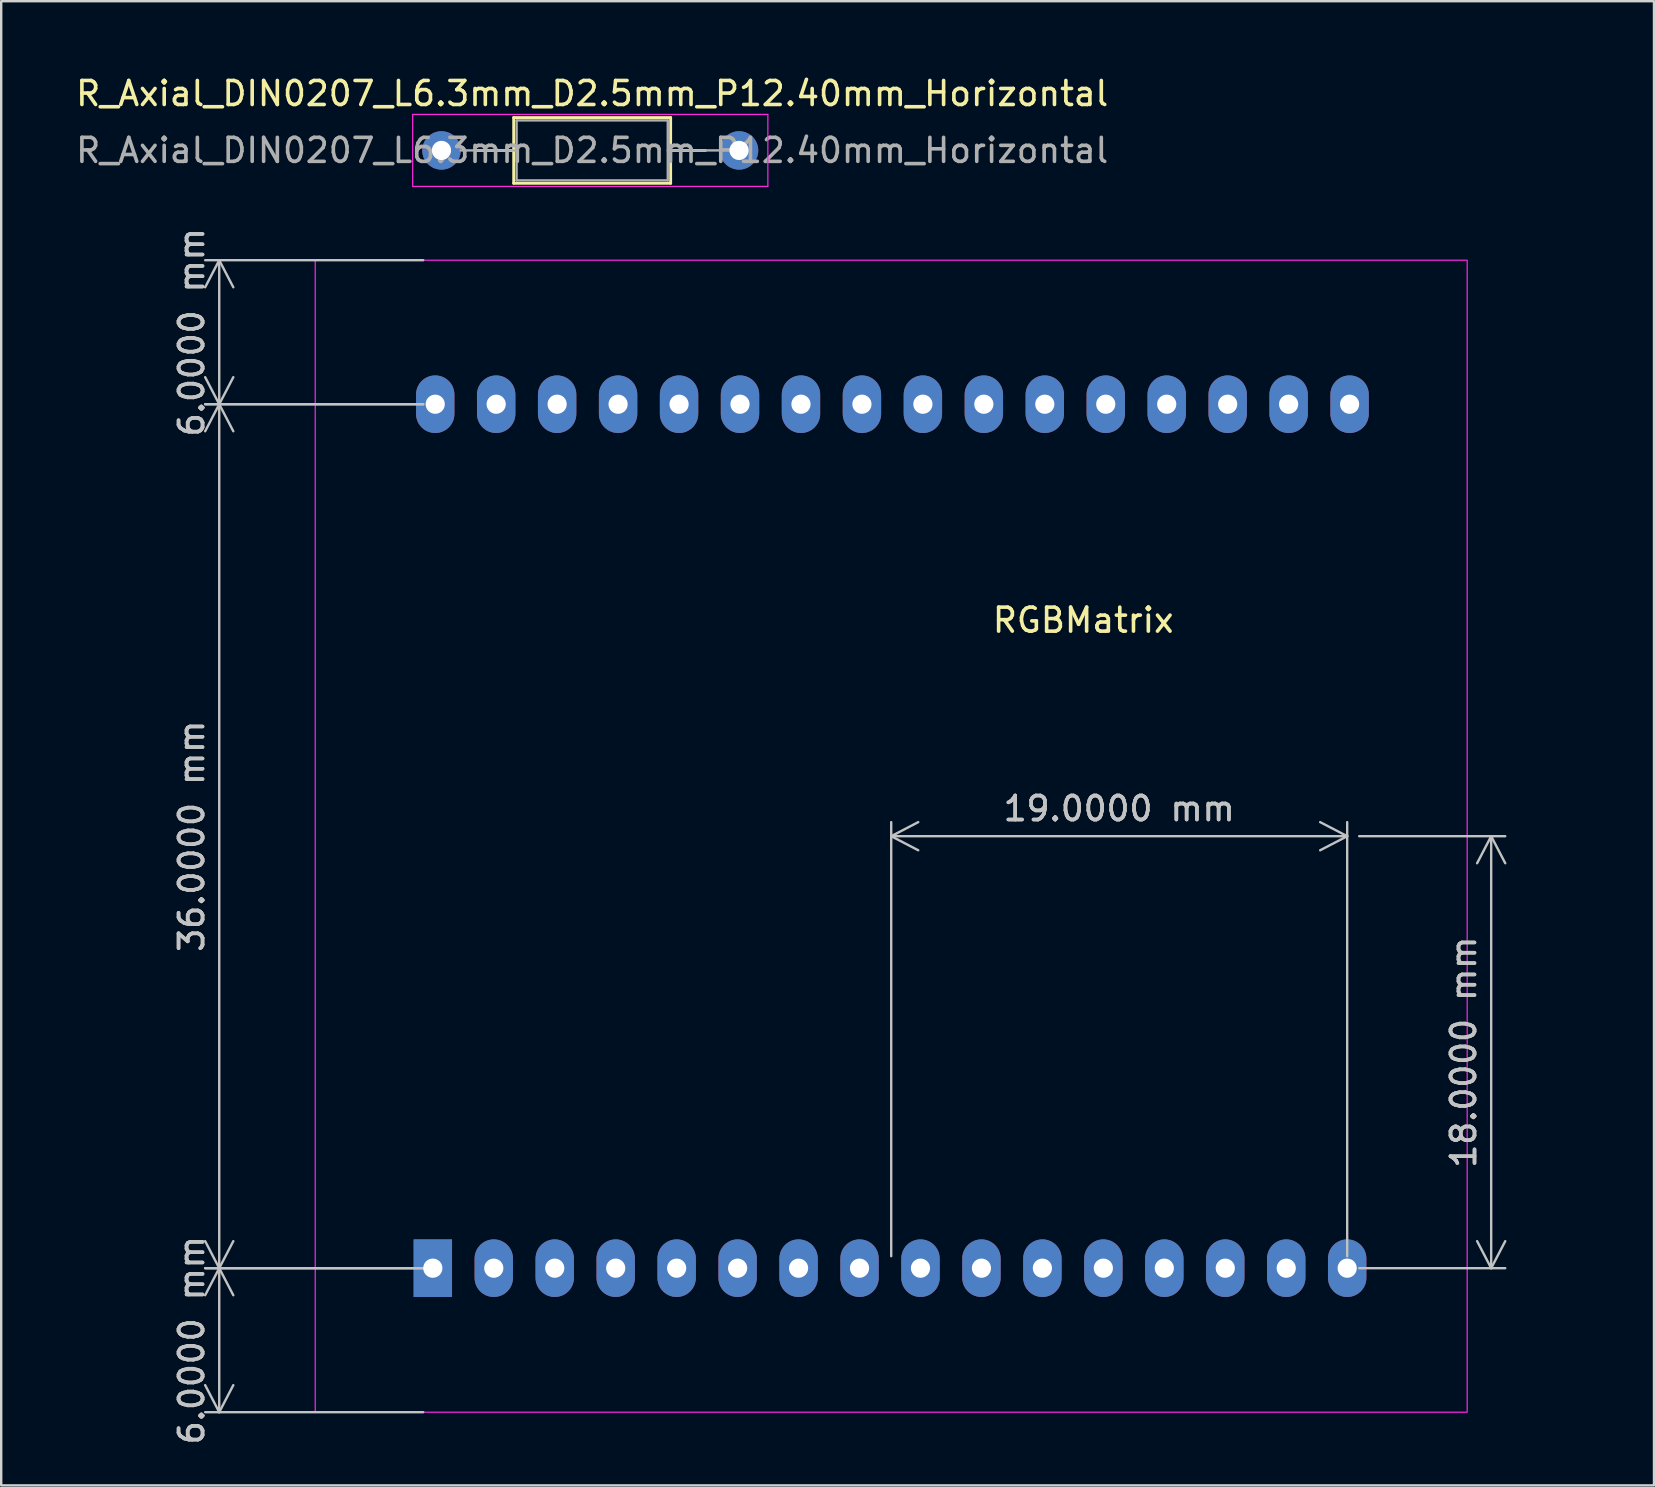
<source format=kicad_pcb>
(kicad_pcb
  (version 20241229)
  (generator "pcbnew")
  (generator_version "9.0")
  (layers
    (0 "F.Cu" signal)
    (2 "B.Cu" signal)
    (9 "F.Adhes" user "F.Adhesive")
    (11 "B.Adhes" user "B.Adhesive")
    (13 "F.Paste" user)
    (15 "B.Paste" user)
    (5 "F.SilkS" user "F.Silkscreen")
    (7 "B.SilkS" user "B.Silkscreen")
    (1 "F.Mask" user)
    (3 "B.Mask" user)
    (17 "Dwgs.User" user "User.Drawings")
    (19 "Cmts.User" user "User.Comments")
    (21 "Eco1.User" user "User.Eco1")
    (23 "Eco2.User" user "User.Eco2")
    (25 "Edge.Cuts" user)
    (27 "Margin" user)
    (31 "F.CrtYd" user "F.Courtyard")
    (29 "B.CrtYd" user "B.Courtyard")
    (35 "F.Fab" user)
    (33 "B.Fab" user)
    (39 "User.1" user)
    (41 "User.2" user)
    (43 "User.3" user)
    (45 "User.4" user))
  (footprint "R_Axial_DIN0207_L6.3mm_D2.5mm_P12.40mm_Horizontal"
    (layer "F.Cu")
    (at 16.545 3.218)
    (property "Reference" "R_Axial_DIN0207_L6.3mm_D2.5mm_P12.40mm_Horizontal" (at 5.08 -2.37 0) (layer "F.SilkS") (effects (font (size 1 1) (thickness 0.15))))
    (attr through_hole)
    (fp_line (start 0.2 0) (end 1.81 0) (stroke (width 0.12) (type solid)) (layer "F.SilkS"))
    (fp_line (start 1.81 -1.37) (end 1.81 1.37) (stroke (width 0.12) (type solid)) (layer "F.SilkS"))
    (fp_line (start 1.81 1.37) (end 8.35 1.37) (stroke (width 0.12) (type solid)) (layer "F.SilkS"))
    (fp_line (start 8.35 -1.37) (end 1.81 -1.37) (stroke (width 0.12) (type solid)) (layer "F.SilkS"))
    (fp_line (start 8.35 1.37) (end 8.35 -1.37) (stroke (width 0.12) (type solid)) (layer "F.SilkS"))
    (fp_line (start 9.8 0) (end 8.35 0) (stroke (width 0.12) (type solid)) (layer "F.SilkS"))
    (fp_line (start -2.4 -1.5) (end -2.4 1.5) (stroke (width 0.05) (type solid)) (layer "F.CrtYd"))
    (fp_line (start -2.4 1.5) (end 12.4 1.5) (stroke (width 0.05) (type solid)) (layer "F.CrtYd"))
    (fp_line (start 12.4 -1.5) (end -2.4 -1.5) (stroke (width 0.05) (type solid)) (layer "F.CrtYd"))
    (fp_line (start 12.4 1.5) (end 12.4 -1.5) (stroke (width 0.05) (type solid)) (layer "F.CrtYd"))
    (fp_line (start -0.4 0) (end 1.93 0) (stroke (width 0.1) (type solid)) (layer "F.Fab"))
    (fp_line (start 1.93 -1.25) (end 1.93 1.25) (stroke (width 0.1) (type solid)) (layer "F.Fab"))
    (fp_line (start 1.93 1.25) (end 8.23 1.25) (stroke (width 0.1) (type solid)) (layer "F.Fab"))
    (fp_line (start 8.23 -1.25) (end 1.93 -1.25) (stroke (width 0.1) (type solid)) (layer "F.Fab"))
    (fp_line (start 8.23 1.25) (end 8.23 -1.25) (stroke (width 0.1) (type solid)) (layer "F.Fab"))
    (fp_line (start 10.4 0) (end 8.23 0) (stroke (width 0.1) (type solid)) (layer "F.Fab"))
    (fp_text user "${REFERENCE}" (at 5.08 0 0) (layer "F.Fab") (effects (font (size 1 1) (thickness 0.15))))
    (pad "1" thru_hole circle (at -1.2 0) (size 1.6 1.6) (drill 0.8) (layers "*.Cu" "*.Mask"))
    (pad "2" thru_hole oval (at 11.2 0) (size 1.6 1.6) (drill 0.8) (layers "*.Cu" "*.Mask")))
  (footprint "RGBMatrix"
    (layer "F.Cu")
    (at 34.085 31.793)
    (property "Reference" "RGBMatrix" (at 8 -9 180) (layer "F.SilkS") (effects (font (size 1 1) (thickness 0.15))))
    (attr through_hole)
    (fp_rect (start -24 24) (end 24 -24) (stroke (width 0.05) (type default)) (fill no) (layer "F.CrtYd"))
    (dimension (type aligned) (layer "Dwgs.User") (pts (xy 15.085 13.793) (xy 15.085 7.793)) (height -9) (format (prefix "") (suffix "") (units 3) (units_format 1) (precision 4)) (style (thickness 0.1) (arrow_length 1.27) (text_position_mode 0) (arrow_direction outward) (extension_height 0.586) (extension_offset 0.5) (keep_text_aligned yes)) (gr_text "6.0000 mm" (at 4.935 10.793 90) (layer "Dwgs.User") (effects (font (size 1 1) (thickness 0.15)))))
    (dimension (type aligned) (layer "Dwgs.User") (pts (xy 15.085 55.793) (xy 15.085 49.793)) (height -9) (format (prefix "") (suffix "") (units 3) (units_format 1) (precision 4)) (style (thickness 0.1) (arrow_length 1.27) (text_position_mode 0) (arrow_direction outward) (extension_height 0.586) (extension_offset 0.5) (keep_text_aligned yes)) (gr_text "6.0000 mm" (at 4.935 52.793 90) (layer "Dwgs.User") (effects (font (size 1 1) (thickness 0.15)))))
    (dimension (type aligned) (layer "Dwgs.User") (pts (xy 53.085 31.793) (xy 53.085 49.793)) (height -6) (format (prefix "") (suffix "") (units 3) (units_format 1) (precision 4)) (style (thickness 0.1) (arrow_length 1.27) (text_position_mode 0) (arrow_direction outward) (extension_height 0.586) (extension_offset 0.5) (keep_text_aligned yes)) (gr_text "18.0000 mm" (at 57.935 40.793 90) (layer "Dwgs.User") (effects (font (size 1 1) (thickness 0.15)))))
    (dimension (type aligned) (layer "Dwgs.User") (pts (xy 15.085 13.793) (xy 15.085 49.793)) (height 9) (format (prefix "") (suffix "") (units 3) (units_format 1) (precision 4)) (style (thickness 0.1) (arrow_length 1.27) (text_position_mode 0) (arrow_direction outward) (extension_height 0.586) (extension_offset 0.5) (keep_text_aligned yes)) (gr_text "36.0000 mm" (at 4.935 31.793 90) (layer "Dwgs.User") (effects (font (size 1 1) (thickness 0.15)))))
    (dimension (type aligned) (layer "Dwgs.User") (pts (xy 34.085 49.793) (xy 53.085 49.793)) (height -18) (format (prefix "") (suffix "") (units 3) (units_format 1) (precision 4)) (style (thickness 0.1) (arrow_length 1.27) (text_position_mode 0) (arrow_direction outward) (extension_height 0.586) (extension_offset 0.5) (keep_text_aligned yes)) (gr_text "19.0000 mm" (at 43.585 30.643 0) (layer "Dwgs.User") (effects (font (size 1 1) (thickness 0.15)))))
    (pad "1" thru_hole rect (at -19.1 18 90) (size 2.4 1.6) (drill 0.8) (layers "*.Cu" "*.Mask"))
    (pad "2" thru_hole oval (at -16.56 18 90) (size 2.4 1.6) (drill 0.8) (layers "*.Cu" "*.Mask"))
    (pad "3" thru_hole oval (at -14.02 18 90) (size 2.4 1.6) (drill 0.8) (layers "*.Cu" "*.Mask"))
    (pad "4" thru_hole oval (at -11.48 18 90) (size 2.4 1.6) (drill 0.8) (layers "*.Cu" "*.Mask"))
    (pad "5" thru_hole oval (at -8.94 18 90) (size 2.4 1.6) (drill 0.8) (layers "*.Cu" "*.Mask"))
    (pad "6" thru_hole oval (at -6.4 18 90) (size 2.4 1.6) (drill 0.8) (layers "*.Cu" "*.Mask"))
    (pad "7" thru_hole oval (at -3.86 18 90) (size 2.4 1.6) (drill 0.8) (layers "*.Cu" "*.Mask"))
    (pad "8" thru_hole oval (at -1.32 18 90) (size 2.4 1.6) (drill 0.8) (layers "*.Cu" "*.Mask"))
    (pad "9" thru_hole oval (at 1.22 18 90) (size 2.4 1.6) (drill 0.8) (layers "*.Cu" "*.Mask"))
    (pad "10" thru_hole oval (at 3.76 18 90) (size 2.4 1.6) (drill 0.8) (layers "*.Cu" "*.Mask"))
    (pad "11" thru_hole oval (at 6.3 18 90) (size 2.4 1.6) (drill 0.8) (layers "*.Cu" "*.Mask"))
    (pad "12" thru_hole oval (at 8.84 18 90) (size 2.4 1.6) (drill 0.8) (layers "*.Cu" "*.Mask"))
    (pad "13" thru_hole oval (at 11.38 18 90) (size 2.4 1.6) (drill 0.8) (layers "*.Cu" "*.Mask"))
    (pad "14" thru_hole oval (at 13.92 18 90) (size 2.4 1.6) (drill 0.8) (layers "*.Cu" "*.Mask"))
    (pad "15" thru_hole oval (at 16.46 18 90) (size 2.4 1.6) (drill 0.8) (layers "*.Cu" "*.Mask"))
    (pad "16" thru_hole oval (at 19 18 90) (size 2.4 1.6) (drill 0.8) (layers "*.Cu" "*.Mask"))
    (pad "17" thru_hole oval (at 19.1 -18 90) (size 2.4 1.6) (drill 0.8) (layers "*.Cu" "*.Mask"))
    (pad "18" thru_hole oval (at 16.56 -18 90) (size 2.4 1.6) (drill 0.8) (layers "*.Cu" "*.Mask"))
    (pad "19" thru_hole oval (at 14.02 -18 90) (size 2.4 1.6) (drill 0.8) (layers "*.Cu" "*.Mask"))
    (pad "20" thru_hole oval (at 11.48 -18 90) (size 2.4 1.6) (drill 0.8) (layers "*.Cu" "*.Mask"))
    (pad "21" thru_hole oval (at 8.94 -18 90) (size 2.4 1.6) (drill 0.8) (layers "*.Cu" "*.Mask"))
    (pad "22" thru_hole oval (at 6.4 -18 90) (size 2.4 1.6) (drill 0.8) (layers "*.Cu" "*.Mask"))
    (pad "23" thru_hole oval (at 3.86 -18 90) (size 2.4 1.6) (drill 0.8) (layers "*.Cu" "*.Mask"))
    (pad "24" thru_hole oval (at 1.32 -18 90) (size 2.4 1.6) (drill 0.8) (layers "*.Cu" "*.Mask"))
    (pad "25" thru_hole oval (at -1.22 -18 90) (size 2.4 1.6) (drill 0.8) (layers "*.Cu" "*.Mask"))
    (pad "26" thru_hole oval (at -3.76 -18 90) (size 2.4 1.6) (drill 0.8) (layers "*.Cu" "*.Mask"))
    (pad "27" thru_hole oval (at -6.3 -18 90) (size 2.4 1.6) (drill 0.8) (layers "*.Cu" "*.Mask"))
    (pad "28" thru_hole oval (at -8.84 -18 90) (size 2.4 1.6) (drill 0.8) (layers "*.Cu" "*.Mask"))
    (pad "29" thru_hole oval (at -11.38 -18 90) (size 2.4 1.6) (drill 0.8) (layers "*.Cu" "*.Mask"))
    (pad "30" thru_hole oval (at -13.92 -18 90) (size 2.4 1.6) (drill 0.8) (layers "*.Cu" "*.Mask"))
    (pad "31" thru_hole oval (at -16.46 -18 90) (size 2.4 1.6) (drill 0.8) (layers "*.Cu" "*.Mask"))
    (pad "32" thru_hole oval (at -19 -18 90) (size 2.4 1.6) (drill 0.8) (layers "*.Cu" "*.Mask")))
  (gr_rect
    (start -3 -3)
    (end 65.869 58.843)
    (stroke (width 0.1) (type default))
    (fill no)
    (layer "Edge.Cuts")))
</source>
